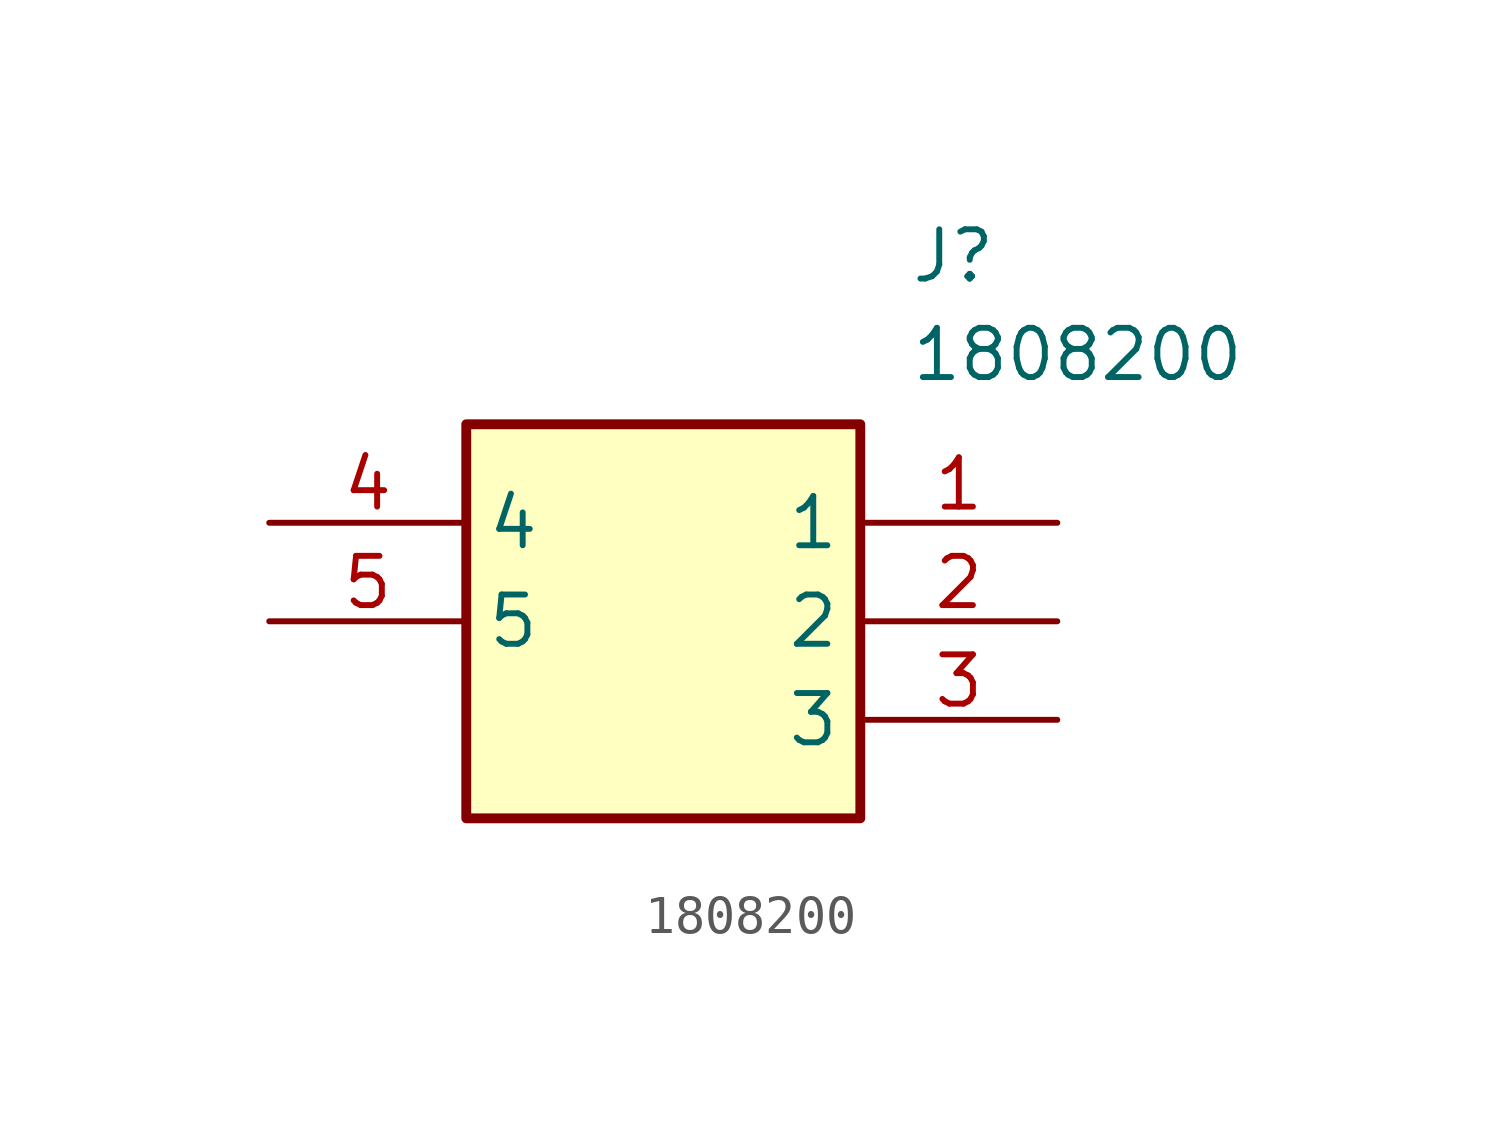
<source format=kicad_sym>
(kicad_symbol_lib
  (version 20211014)
  (generator SamacSys_ECAD_Model)
  (symbol "1808200"
    (property "Reference" "J"
      (at 16.51 7.62 0)
      (effects (font (size 1.27 1.27)) (justify left top)))
    (property "Value" "1808200"
      (at 16.51 5.08 0)
      (effects (font (size 1.27 1.27)) (justify left top)))
    (rectangle
      (start 5.08 2.54)
      (end 15.24 -7.62)
      (stroke (width 0.254) (type default))
      (fill (type background)))
    (pin passive line
      (at 20.32 0 180)
      (length 5.08)
      (name "1" (effects (font (size 1.27 1.27))))
      (number "1" (effects (font (size 1.27 1.27)))))
    (pin passive line
      (at 20.32 -2.54 180)
      (length 5.08)
      (name "2" (effects (font (size 1.27 1.27))))
      (number "2" (effects (font (size 1.27 1.27)))))
    (pin passive line
      (at 20.32 -5.08 180)
      (length 5.08)
      (name "3" (effects (font (size 1.27 1.27))))
      (number "3" (effects (font (size 1.27 1.27)))))
    (pin passive line
      (at 0 0 0)
      (length 5.08)
      (name "4" (effects (font (size 1.27 1.27))))
      (number "4" (effects (font (size 1.27 1.27)))))
    (pin passive line
      (at 0 -2.54 0)
      (length 5.08)
      (name "5" (effects (font (size 1.27 1.27))))
      (number "5" (effects (font (size 1.27 1.27)))))))
</source>
